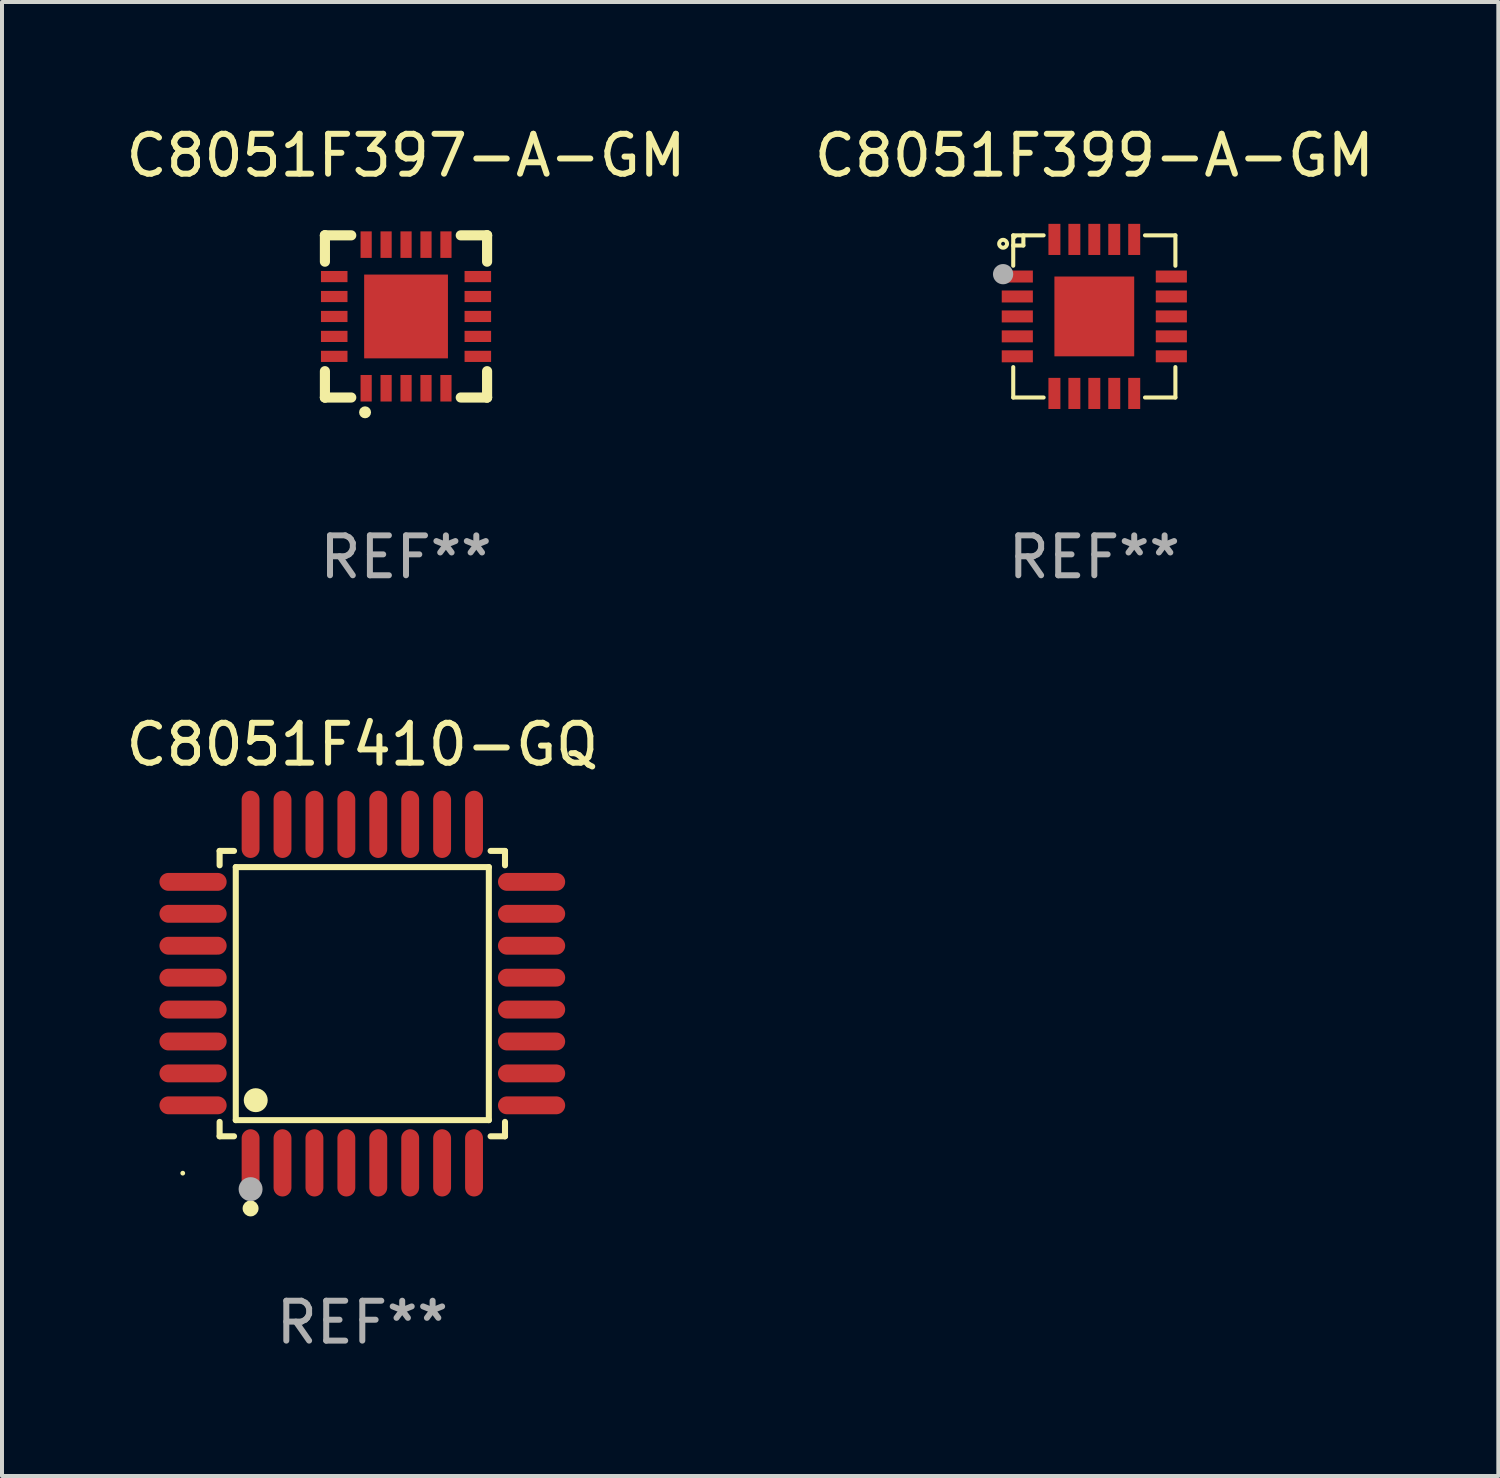
<source format=kicad_pcb>
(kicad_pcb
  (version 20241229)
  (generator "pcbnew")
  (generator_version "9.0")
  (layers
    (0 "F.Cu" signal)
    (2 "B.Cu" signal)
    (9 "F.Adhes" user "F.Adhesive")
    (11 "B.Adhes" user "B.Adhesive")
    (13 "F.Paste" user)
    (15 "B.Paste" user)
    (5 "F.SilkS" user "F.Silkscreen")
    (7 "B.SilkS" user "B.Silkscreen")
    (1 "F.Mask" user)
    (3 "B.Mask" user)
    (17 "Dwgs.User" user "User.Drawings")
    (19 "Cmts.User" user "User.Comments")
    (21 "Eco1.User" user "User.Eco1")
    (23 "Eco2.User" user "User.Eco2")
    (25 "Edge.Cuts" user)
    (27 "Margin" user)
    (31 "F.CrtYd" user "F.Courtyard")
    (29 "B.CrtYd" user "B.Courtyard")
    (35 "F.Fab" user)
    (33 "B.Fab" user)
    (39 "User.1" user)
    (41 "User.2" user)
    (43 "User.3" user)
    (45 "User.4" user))
  (footprint "C8051F397-A-GM"
    (layer "F.Cu")
    (at 7.125 4.88)
    (property "Reference" "C8051F397-A-GM" (at 0 -4.032 0) (layer "F.SilkS") (effects (font (size 1 1) (thickness 0.15))))
    (attr through_hole)
    (fp_line (start -2.032 -2.032) (end -2.032 -2.032) (stroke (width 0.254) (type solid)) (layer "F.SilkS"))
    (fp_line (start -2.032 -2.032) (end -1.372 -2.032) (stroke (width 0.254) (type solid)) (layer "F.SilkS"))
    (fp_line (start -2.032 -1.372) (end -2.032 -2.032) (stroke (width 0.254) (type solid)) (layer "F.SilkS"))
    (fp_line (start -2.032 2.032) (end -2.032 1.372) (stroke (width 0.254) (type solid)) (layer "F.SilkS"))
    (fp_line (start -2.032 2.032) (end -2.032 2.032) (stroke (width 0.254) (type solid)) (layer "F.SilkS"))
    (fp_line (start -1.372 2.032) (end -2.032 2.032) (stroke (width 0.254) (type solid)) (layer "F.SilkS"))
    (fp_line (start 1.372 -2.032) (end 2.032 -2.032) (stroke (width 0.254) (type solid)) (layer "F.SilkS"))
    (fp_line (start 2.032 -2.032) (end 2.032 -2.032) (stroke (width 0.254) (type solid)) (layer "F.SilkS"))
    (fp_line (start 2.032 -2.032) (end 2.032 -1.372) (stroke (width 0.254) (type solid)) (layer "F.SilkS"))
    (fp_line (start 2.032 1.372) (end 2.032 2.032) (stroke (width 0.254) (type solid)) (layer "F.SilkS"))
    (fp_line (start 2.032 2.032) (end 1.372 2.032) (stroke (width 0.254) (type solid)) (layer "F.SilkS"))
    (fp_line (start 2.032 2.032) (end 2.032 2.032) (stroke (width 0.254) (type solid)) (layer "F.SilkS"))
    (fp_circle (center -1.026 2.403) (end -0.951 2.403) (stroke (width 0.15) (type solid)) (fill no) (layer "F.SilkS"))
    (fp_text user "REF**" (at 0 6.032 0) (layer "F.Fab") (effects (font (size 1 1) (thickness 0.15))))
    (pad "1" smd rect (at -0.999 1.8 90) (size 0.665 0.28) (layers "F.Cu" "F.Mask" "F.Paste"))
    (pad "2" smd rect (at -0.499 1.8 90) (size 0.665 0.28) (layers "F.Cu" "F.Mask" "F.Paste"))
    (pad "3" smd rect (at 0.001 1.8 90) (size 0.665 0.28) (layers "F.Cu" "F.Mask" "F.Paste"))
    (pad "4" smd rect (at 0.501 1.8 90) (size 0.665 0.28) (layers "F.Cu" "F.Mask" "F.Paste"))
    (pad "5" smd rect (at 1.001 1.8 90) (size 0.665 0.28) (layers "F.Cu" "F.Mask" "F.Paste"))
    (pad "6" smd rect (at 1.8 1.001 90) (size 0.28 0.665) (layers "F.Cu" "F.Mask" "F.Paste"))
    (pad "7" smd rect (at 1.8 0.501 90) (size 0.28 0.665) (layers "F.Cu" "F.Mask" "F.Paste"))
    (pad "8" smd rect (at 1.8 0.001 90) (size 0.28 0.665) (layers "F.Cu" "F.Mask" "F.Paste"))
    (pad "9" smd rect (at 1.8 -0.499 90) (size 0.28 0.665) (layers "F.Cu" "F.Mask" "F.Paste"))
    (pad "10" smd rect (at 1.8 -0.999 90) (size 0.28 0.665) (layers "F.Cu" "F.Mask" "F.Paste"))
    (pad "11" smd rect (at 1.001 -1.799 90) (size 0.665 0.28) (layers "F.Cu" "F.Mask" "F.Paste"))
    (pad "12" smd rect (at 0.501 -1.799 90) (size 0.665 0.28) (layers "F.Cu" "F.Mask" "F.Paste"))
    (pad "13" smd rect (at 0.001 -1.799 90) (size 0.665 0.28) (layers "F.Cu" "F.Mask" "F.Paste"))
    (pad "14" smd rect (at -0.499 -1.799 90) (size 0.665 0.28) (layers "F.Cu" "F.Mask" "F.Paste"))
    (pad "15" smd rect (at -0.999 -1.799 90) (size 0.665 0.28) (layers "F.Cu" "F.Mask" "F.Paste"))
    (pad "16" smd rect (at -1.799 -0.999 90) (size 0.28 0.665) (layers "F.Cu" "F.Mask" "F.Paste"))
    (pad "17" smd rect (at -1.799 -0.499 90) (size 0.28 0.665) (layers "F.Cu" "F.Mask" "F.Paste"))
    (pad "18" smd rect (at -1.799 0.001 90) (size 0.28 0.665) (layers "F.Cu" "F.Mask" "F.Paste"))
    (pad "19" smd rect (at -1.799 0.501 90) (size 0.28 0.665) (layers "F.Cu" "F.Mask" "F.Paste"))
    (pad "20" smd rect (at -1.799 1.001 90) (size 0.28 0.665) (layers "F.Cu" "F.Mask" "F.Paste"))
    (pad "21" smd rect (at 0.001 0.001 90) (size 2.1 2.1) (layers "F.Cu" "F.Mask" "F.Paste")))
  (footprint "C8051F399-A-GM"
    (layer "F.Cu")
    (at 24.375 4.88)
    (property "Reference" "C8051F399-A-GM" (at 0 -4.032 0) (layer "F.SilkS") (effects (font (size 1 1) (thickness 0.15))))
    (attr through_hole)
    (fp_line (start -2.032 -2.032) (end -1.27 -2.032) (stroke (width 0.102) (type solid)) (layer "F.SilkS"))
    (fp_line (start -2.032 -1.27) (end -2.032 -2.032) (stroke (width 0.102) (type solid)) (layer "F.SilkS"))
    (fp_line (start -2.032 1.27) (end -2.032 2.032) (stroke (width 0.102) (type solid)) (layer "F.SilkS"))
    (fp_line (start -2.032 2.032) (end -1.27 2.032) (stroke (width 0.102) (type solid)) (layer "F.SilkS"))
    (fp_line (start -1.778 -2.032) (end -1.778 -1.778) (stroke (width 0.102) (type solid)) (layer "F.SilkS"))
    (fp_line (start -1.778 -1.778) (end -2.032 -1.778) (stroke (width 0.102) (type solid)) (layer "F.SilkS"))
    (fp_line (start 1.27 -2.032) (end 2.032 -2.032) (stroke (width 0.102) (type solid)) (layer "F.SilkS"))
    (fp_line (start 2.032 -2.032) (end 2.032 -1.27) (stroke (width 0.102) (type solid)) (layer "F.SilkS"))
    (fp_line (start 2.032 1.27) (end 2.032 2.032) (stroke (width 0.102) (type solid)) (layer "F.SilkS"))
    (fp_line (start 2.032 2.032) (end 1.27 2.032) (stroke (width 0.102) (type solid)) (layer "F.SilkS"))
    (fp_circle (center -2.286 -1.821) (end -2.187 -1.821) (stroke (width 0.1) (type solid)) (fill no) (layer "F.SilkS"))
    (fp_circle (center -2 -2) (end -1.97 -2) (stroke (width 0.06) (type solid)) (fill no) (layer "F.SilkS"))
    (fp_circle (center -2.286 -1.059) (end -2.159 -1.059) (stroke (width 0.254) (type solid)) (fill no) (layer "F.Fab"))
    (fp_text user "REF**" (at 0 6.032 0) (layer "F.Fab") (effects (font (size 1 1) (thickness 0.15))))
    (pad "1" smd rect (at -1.93 -1) (size 0.78 0.3) (layers "F.Cu" "F.Mask" "F.Paste"))
    (pad "2" smd rect (at -1.93 -0.5) (size 0.78 0.3) (layers "F.Cu" "F.Mask" "F.Paste"))
    (pad "3" smd rect (at -1.93 0.000279) (size 0.78 0.3) (layers "F.Cu" "F.Mask" "F.Paste"))
    (pad "4" smd rect (at -1.93 0.5) (size 0.78 0.3) (layers "F.Cu" "F.Mask" "F.Paste"))
    (pad "5" smd rect (at -1.93 1) (size 0.78 0.3) (layers "F.Cu" "F.Mask" "F.Paste"))
    (pad "6" smd rect (at -1 1.93) (size 0.3 0.78) (layers "F.Cu" "F.Mask" "F.Paste"))
    (pad "7" smd rect (at -0.5 1.93) (size 0.3 0.78) (layers "F.Cu" "F.Mask" "F.Paste"))
    (pad "8" smd rect (at -0.000076 1.93) (size 0.3 0.78) (layers "F.Cu" "F.Mask" "F.Paste"))
    (pad "9" smd rect (at 0.5 1.93) (size 0.3 0.78) (layers "F.Cu" "F.Mask" "F.Paste"))
    (pad "10" smd rect (at 1 1.93) (size 0.3 0.78) (layers "F.Cu" "F.Mask" "F.Paste"))
    (pad "11" smd rect (at 1.93 1) (size 0.78 0.3) (layers "F.Cu" "F.Mask" "F.Paste"))
    (pad "12" smd rect (at 1.93 0.5) (size 0.78 0.3) (layers "F.Cu" "F.Mask" "F.Paste"))
    (pad "13" smd rect (at 1.93 0.000025) (size 0.78 0.3) (layers "F.Cu" "F.Mask" "F.Paste"))
    (pad "14" smd rect (at 1.93 -0.5) (size 0.78 0.3) (layers "F.Cu" "F.Mask" "F.Paste"))
    (pad "15" smd rect (at 1.93 -1) (size 0.78 0.3) (layers "F.Cu" "F.Mask" "F.Paste"))
    (pad "16" smd rect (at 1 -1.93) (size 0.3 0.78) (layers "F.Cu" "F.Mask" "F.Paste"))
    (pad "17" smd rect (at 0.5 -1.93) (size 0.3 0.78) (layers "F.Cu" "F.Mask" "F.Paste"))
    (pad "18" smd rect (at -0.000076 -1.93) (size 0.3 0.78) (layers "F.Cu" "F.Mask" "F.Paste"))
    (pad "19" smd rect (at -0.5 -1.93) (size 0.3 0.78) (layers "F.Cu" "F.Mask" "F.Paste"))
    (pad "20" smd rect (at -1 -1.93) (size 0.3 0.78) (layers "F.Cu" "F.Mask" "F.Paste"))
    (pad "21" smd rect (at -0.000076 0.000025) (size 2 2) (layers "F.Cu" "F.Mask" "F.Paste")))
  (footprint "C8051F410-GQ"
    (layer "F.Cu")
    (at 6.03 21.851)
    (property "Reference" "C8051F410-GQ" (at 0 -6.242 0) (layer "F.SilkS") (effects (font (size 1 1) (thickness 0.15))))
    (attr through_hole)
    (fp_line (start -3.576 -3.576) (end -3.215 -3.576) (stroke (width 0.152) (type solid)) (layer "F.SilkS"))
    (fp_line (start -3.576 -3.215) (end -3.576 -3.576) (stroke (width 0.152) (type solid)) (layer "F.SilkS"))
    (fp_line (start -3.576 3.215) (end -3.576 3.576) (stroke (width 0.152) (type solid)) (layer "F.SilkS"))
    (fp_line (start -3.576 3.576) (end -3.215 3.576) (stroke (width 0.152) (type solid)) (layer "F.SilkS"))
    (fp_line (start -3.171 -3.171) (end 3.171 -3.171) (stroke (width 0.152) (type solid)) (layer "F.SilkS"))
    (fp_line (start -3.171 3.171) (end -3.171 -3.171) (stroke (width 0.152) (type solid)) (layer "F.SilkS"))
    (fp_line (start 3.171 -3.171) (end 3.171 3.171) (stroke (width 0.152) (type solid)) (layer "F.SilkS"))
    (fp_line (start 3.171 3.171) (end -3.171 3.171) (stroke (width 0.152) (type solid)) (layer "F.SilkS"))
    (fp_line (start 3.576 -3.576) (end 3.215 -3.576) (stroke (width 0.152) (type solid)) (layer "F.SilkS"))
    (fp_line (start 3.576 -3.215) (end 3.576 -3.576) (stroke (width 0.152) (type solid)) (layer "F.SilkS"))
    (fp_line (start 3.576 3.215) (end 3.576 3.576) (stroke (width 0.152) (type solid)) (layer "F.SilkS"))
    (fp_line (start 3.576 3.576) (end 3.215 3.576) (stroke (width 0.152) (type solid)) (layer "F.SilkS"))
    (fp_circle (center -4.5 4.5) (end -4.47 4.5) (stroke (width 0.06) (type solid)) (fill no) (layer "F.SilkS"))
    (fp_circle (center -2.8 5.384) (end -2.7 5.384) (stroke (width 0.2) (type solid)) (fill no) (layer "F.SilkS"))
    (fp_circle (center -2.671 2.671) (end -2.521 2.671) (stroke (width 0.3) (type solid)) (fill no) (layer "F.SilkS"))
    (fp_circle (center -2.8 4.9) (end -2.65 4.9) (stroke (width 0.3) (type solid)) (fill no) (layer "F.Fab"))
    (fp_text user "REF**" (at 0 8.242 0) (layer "F.Fab") (effects (font (size 1 1) (thickness 0.15))))
    (pad "1" smd oval (at -2.8 4.242) (size 0.448 1.684) (layers "F.Cu" "F.Mask" "F.Paste"))
    (pad "2" smd oval (at -2 4.242) (size 0.448 1.684) (layers "F.Cu" "F.Mask" "F.Paste"))
    (pad "3" smd oval (at -1.2 4.242) (size 0.448 1.684) (layers "F.Cu" "F.Mask" "F.Paste"))
    (pad "4" smd oval (at -0.4 4.242) (size 0.448 1.684) (layers "F.Cu" "F.Mask" "F.Paste"))
    (pad "5" smd oval (at 0.4 4.242) (size 0.448 1.684) (layers "F.Cu" "F.Mask" "F.Paste"))
    (pad "6" smd oval (at 1.2 4.242) (size 0.448 1.684) (layers "F.Cu" "F.Mask" "F.Paste"))
    (pad "7" smd oval (at 2 4.242) (size 0.448 1.684) (layers "F.Cu" "F.Mask" "F.Paste"))
    (pad "8" smd oval (at 2.8 4.242) (size 0.448 1.684) (layers "F.Cu" "F.Mask" "F.Paste"))
    (pad "9" smd oval (at 4.242 2.8) (size 1.684 0.448) (layers "F.Cu" "F.Mask" "F.Paste"))
    (pad "10" smd oval (at 4.242 2) (size 1.684 0.448) (layers "F.Cu" "F.Mask" "F.Paste"))
    (pad "11" smd oval (at 4.242 1.2) (size 1.684 0.448) (layers "F.Cu" "F.Mask" "F.Paste"))
    (pad "12" smd oval (at 4.242 0.4) (size 1.684 0.448) (layers "F.Cu" "F.Mask" "F.Paste"))
    (pad "13" smd oval (at 4.242 -0.4) (size 1.684 0.448) (layers "F.Cu" "F.Mask" "F.Paste"))
    (pad "14" smd oval (at 4.242 -1.2) (size 1.684 0.448) (layers "F.Cu" "F.Mask" "F.Paste"))
    (pad "15" smd oval (at 4.242 -2) (size 1.684 0.448) (layers "F.Cu" "F.Mask" "F.Paste"))
    (pad "16" smd oval (at 4.242 -2.8) (size 1.684 0.448) (layers "F.Cu" "F.Mask" "F.Paste"))
    (pad "17" smd oval (at 2.8 -4.242) (size 0.448 1.684) (layers "F.Cu" "F.Mask" "F.Paste"))
    (pad "18" smd oval (at 2 -4.242) (size 0.448 1.684) (layers "F.Cu" "F.Mask" "F.Paste"))
    (pad "19" smd oval (at 1.2 -4.242) (size 0.448 1.684) (layers "F.Cu" "F.Mask" "F.Paste"))
    (pad "20" smd oval (at 0.4 -4.242) (size 0.448 1.684) (layers "F.Cu" "F.Mask" "F.Paste"))
    (pad "21" smd oval (at -0.4 -4.242) (size 0.448 1.684) (layers "F.Cu" "F.Mask" "F.Paste"))
    (pad "22" smd oval (at -1.2 -4.242) (size 0.448 1.684) (layers "F.Cu" "F.Mask" "F.Paste"))
    (pad "23" smd oval (at -2 -4.242) (size 0.448 1.684) (layers "F.Cu" "F.Mask" "F.Paste"))
    (pad "24" smd oval (at -2.8 -4.242) (size 0.448 1.684) (layers "F.Cu" "F.Mask" "F.Paste"))
    (pad "25" smd oval (at -4.242 -2.8) (size 1.684 0.448) (layers "F.Cu" "F.Mask" "F.Paste"))
    (pad "26" smd oval (at -4.242 -2) (size 1.684 0.448) (layers "F.Cu" "F.Mask" "F.Paste"))
    (pad "27" smd oval (at -4.242 -1.2) (size 1.684 0.448) (layers "F.Cu" "F.Mask" "F.Paste"))
    (pad "28" smd oval (at -4.242 -0.4) (size 1.684 0.448) (layers "F.Cu" "F.Mask" "F.Paste"))
    (pad "29" smd oval (at -4.242 0.4) (size 1.684 0.448) (layers "F.Cu" "F.Mask" "F.Paste"))
    (pad "30" smd oval (at -4.242 1.2) (size 1.684 0.448) (layers "F.Cu" "F.Mask" "F.Paste"))
    (pad "31" smd oval (at -4.242 2) (size 1.684 0.448) (layers "F.Cu" "F.Mask" "F.Paste"))
    (pad "32" smd oval (at -4.242 2.8) (size 1.684 0.448) (layers "F.Cu" "F.Mask" "F.Paste")))
  (gr_rect
    (start -3 -3)
    (end 34.5 33.941)
    (stroke (width 0.1) (type default))
    (fill no)
    (layer "Edge.Cuts")))
</source>
